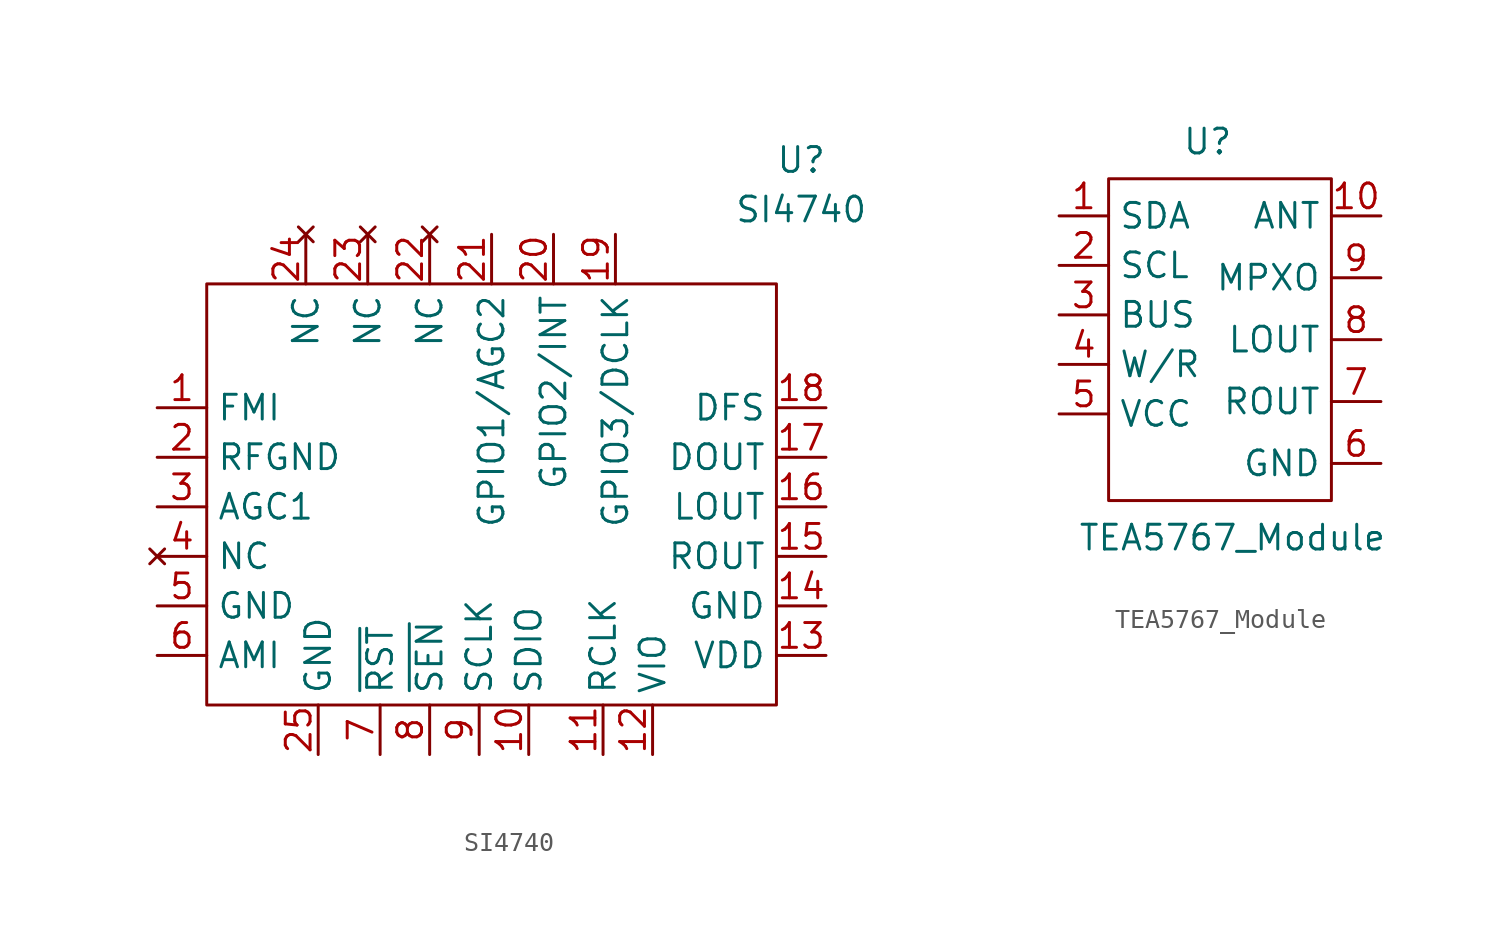
<source format=kicad_sym>
(kicad_symbol_lib
  (version 20211014)
  (generator kicad_symbol_editor)
  (symbol "SI4740"
    (property "Reference" "U"
      (at 29.21 8.89 0)
      (effects (font (size 1.27 1.27))))
    (property "Value" "SI4740"
      (at 29.21 6.35 0)
      (effects (font (size 1.27 1.27))))
    (symbol "SI4740_0_1"
      (rectangle (start -1.27 2.54) (end 27.94 -19.05) (stroke (width 0.152) (type default) (color 0 0 0 0)) (fill (type none))))
    (symbol "SI4740_1_1"
      (pin input line (at -3.81 -3.81 0) (length 2.54) (name "FMI" (effects (font (size 1.27 1.27)))) (number "1" (effects (font (size 1.27 1.27)))))
      (pin input line (at 15.24 -21.59 90) (length 2.54) (name "SDIO" (effects (font (size 1.27 1.27)))) (number "10" (effects (font (size 1.27 1.27)))))
      (pin input line (at 19.05 -21.59 90) (length 2.54) (name "RCLK" (effects (font (size 1.27 1.27)))) (number "11" (effects (font (size 1.27 1.27)))))
      (pin input line (at 21.59 -21.59 90) (length 2.54) (name "VIO" (effects (font (size 1.27 1.27)))) (number "12" (effects (font (size 1.27 1.27)))))
      (pin input line (at 30.48 -16.51 180) (length 2.54) (name "VDD" (effects (font (size 1.27 1.27)))) (number "13" (effects (font (size 1.27 1.27)))))
      (pin input line (at 30.48 -13.97 180) (length 2.54) (name "GND" (effects (font (size 1.27 1.27)))) (number "14" (effects (font (size 1.27 1.27)))))
      (pin input line (at 30.48 -11.43 180) (length 2.54) (name "ROUT" (effects (font (size 1.27 1.27)))) (number "15" (effects (font (size 1.27 1.27)))))
      (pin input line (at 30.48 -8.89 180) (length 2.54) (name "LOUT" (effects (font (size 1.27 1.27)))) (number "16" (effects (font (size 1.27 1.27)))))
      (pin input line (at 30.48 -6.35 180) (length 2.54) (name "DOUT" (effects (font (size 1.27 1.27)))) (number "17" (effects (font (size 1.27 1.27)))))
      (pin input line (at 30.48 -3.81 180) (length 2.54) (name "DFS" (effects (font (size 1.27 1.27)))) (number "18" (effects (font (size 1.27 1.27)))))
      (pin input line (at 19.685 5.08 270) (length 2.54) (name "GPIO3/DCLK" (effects (font (size 1.27 1.27)))) (number "19" (effects (font (size 1.27 1.27)))))
      (pin input line (at -3.81 -6.35 0) (length 2.54) (name "RFGND" (effects (font (size 1.27 1.27)))) (number "2" (effects (font (size 1.27 1.27)))))
      (pin input line (at 16.51 5.08 270) (length 2.54) (name "GPIO2/INT" (effects (font (size 1.27 1.27)))) (number "20" (effects (font (size 1.27 1.27)))))
      (pin input line (at 13.335 5.08 270) (length 2.54) (name "GPIO1/AGC2" (effects (font (size 1.27 1.27)))) (number "21" (effects (font (size 1.27 1.27)))))
      (pin no_connect line (at 10.16 5.08 270) (length 2.54) (name "NC" (effects (font (size 1.27 1.27)))) (number "22" (effects (font (size 1.27 1.27)))))
      (pin no_connect line (at 6.985 5.08 270) (length 2.54) (name "NC" (effects (font (size 1.27 1.27)))) (number "23" (effects (font (size 1.27 1.27)))))
      (pin no_connect line (at 3.81 5.08 270) (length 2.54) (name "NC" (effects (font (size 1.27 1.27)))) (number "24" (effects (font (size 1.27 1.27)))))
      (pin input line (at 4.445 -21.59 90) (length 2.54) (name "GND" (effects (font (size 1.27 1.27)))) (number "25" (effects (font (size 1.27 1.27)))))
      (pin input line (at -3.81 -8.89 0) (length 2.54) (name "AGC1" (effects (font (size 1.27 1.27)))) (number "3" (effects (font (size 1.27 1.27)))))
      (pin no_connect line (at -3.81 -11.43 0) (length 2.54) (name "NC" (effects (font (size 1.27 1.27)))) (number "4" (effects (font (size 1.27 1.27)))))
      (pin input line (at -3.81 -13.97 0) (length 2.54) (name "GND" (effects (font (size 1.27 1.27)))) (number "5" (effects (font (size 1.27 1.27)))))
      (pin input line (at -3.81 -16.51 0) (length 2.54) (name "AMI" (effects (font (size 1.27 1.27)))) (number "6" (effects (font (size 1.27 1.27)))))
      (pin input line (at 7.62 -21.59 90) (length 2.54) (name "~{RST}" (effects (font (size 1.27 1.27)))) (number "7" (effects (font (size 1.27 1.27)))))
      (pin input line (at 10.16 -21.59 90) (length 2.54) (name "~{SEN}" (effects (font (size 1.27 1.27)))) (number "8" (effects (font (size 1.27 1.27)))))
      (pin input line (at 12.7 -21.59 90) (length 2.54) (name "SCLK" (effects (font (size 1.27 1.27)))) (number "9" (effects (font (size 1.27 1.27)))))))
  (symbol "TEA5767_Module"
    (property "Reference" "U"
      (at 3.81 1.27 0)
      (effects (font (size 1.27 1.27))))
    (property "Value" "TEA5767_Module"
      (at 5.08 -19.05 0)
      (effects (font (size 1.27 1.27))))
    (symbol "TEA5767_Module_0_1"
      (rectangle (start -1.27 -0.635) (end 10.16 -17.145) (stroke (width 0.152) (type default) (color 0 0 0 0)) (fill (type none))))
    (symbol "TEA5767_Module_1_1"
      (pin input line (at -3.81 -2.54 0) (length 2.54) (name "SDA" (effects (font (size 1.27 1.27)))) (number "1" (effects (font (size 1.27 1.27)))))
      (pin input line (at 12.7 -2.54 180) (length 2.54) (name "ANT" (effects (font (size 1.27 1.27)))) (number "10" (effects (font (size 1.27 1.27)))))
      (pin input line (at -3.81 -5.08 0) (length 2.54) (name "SCL" (effects (font (size 1.27 1.27)))) (number "2" (effects (font (size 1.27 1.27)))))
      (pin input line (at -3.81 -7.62 0) (length 2.54) (name "BUS" (effects (font (size 1.27 1.27)))) (number "3" (effects (font (size 1.27 1.27)))))
      (pin input line (at -3.81 -10.16 0) (length 2.54) (name "W/R" (effects (font (size 1.27 1.27)))) (number "4" (effects (font (size 1.27 1.27)))))
      (pin input line (at -3.81 -12.7 0) (length 2.54) (name "VCC" (effects (font (size 1.27 1.27)))) (number "5" (effects (font (size 1.27 1.27)))))
      (pin input line (at 12.7 -15.24 180) (length 2.54) (name "GND" (effects (font (size 1.27 1.27)))) (number "6" (effects (font (size 1.27 1.27)))))
      (pin input line (at 12.7 -12.065 180) (length 2.54) (name "ROUT" (effects (font (size 1.27 1.27)))) (number "7" (effects (font (size 1.27 1.27)))))
      (pin input line (at 12.7 -8.89 180) (length 2.54) (name "LOUT" (effects (font (size 1.27 1.27)))) (number "8" (effects (font (size 1.27 1.27)))))
      (pin input line (at 12.7 -5.715 180) (length 2.54) (name "MPXO" (effects (font (size 1.27 1.27)))) (number "9" (effects (font (size 1.27 1.27))))))))
</source>
